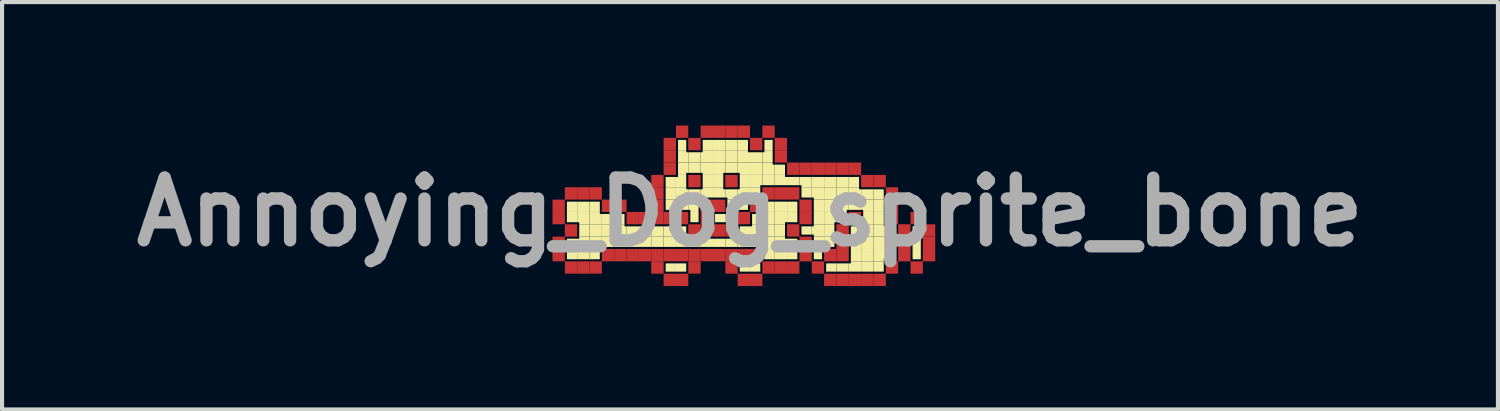
<source format=kicad_pcb>
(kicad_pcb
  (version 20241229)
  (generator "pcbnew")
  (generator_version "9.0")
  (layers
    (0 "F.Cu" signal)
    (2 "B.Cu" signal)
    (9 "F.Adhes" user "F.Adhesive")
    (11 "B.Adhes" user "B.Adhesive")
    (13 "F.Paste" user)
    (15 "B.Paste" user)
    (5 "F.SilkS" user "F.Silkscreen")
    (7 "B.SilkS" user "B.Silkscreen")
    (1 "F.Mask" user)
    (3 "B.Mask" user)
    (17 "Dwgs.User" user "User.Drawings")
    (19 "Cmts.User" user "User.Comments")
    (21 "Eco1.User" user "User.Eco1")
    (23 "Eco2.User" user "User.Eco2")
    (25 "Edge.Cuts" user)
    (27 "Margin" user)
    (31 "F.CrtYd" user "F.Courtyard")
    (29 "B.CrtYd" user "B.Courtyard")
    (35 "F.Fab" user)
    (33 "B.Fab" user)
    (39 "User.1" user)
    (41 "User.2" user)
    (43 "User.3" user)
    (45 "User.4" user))
  (footprint "Annoying_Dog_sprite_bone"
    (layer "F.Cu")
    (at 15.175 2.1)
    (property "Reference" "Annoying_Dog_sprite_bone" (at 0 0 0) (layer "F.Fab") (effects (font (size 1.524 1.524) (thickness 0.3))))
    (attr board_only exclude_from_pos_files exclude_from_bom)
    (fp_poly (pts (xy -4.8 -0.3) (xy -4.5 -0.3) (xy -4.5 0) (xy -4.8 0)) (stroke (width 0) (type solid)) (fill yes) (layer "F.Cu"))
    (fp_poly (pts (xy -4.8 0) (xy -4.5 0) (xy -4.5 0.3) (xy -4.8 0.3)) (stroke (width 0) (type solid)) (fill yes) (layer "F.Cu"))
    (fp_poly (pts (xy -4.8 0.6) (xy -4.5 0.6) (xy -4.5 0.9) (xy -4.8 0.9)) (stroke (width 0) (type solid)) (fill yes) (layer "F.Cu"))
    (fp_poly (pts (xy -4.8 0.9) (xy -4.5 0.9) (xy -4.5 1.2) (xy -4.8 1.2)) (stroke (width 0) (type solid)) (fill yes) (layer "F.Cu"))
    (fp_poly (pts (xy -4.5 -0.6) (xy -4.2 -0.6) (xy -4.2 -0.3) (xy -4.5 -0.3)) (stroke (width 0) (type solid)) (fill yes) (layer "F.Cu"))
    (fp_poly (pts (xy -4.5 0.3) (xy -4.2 0.3) (xy -4.2 0.6) (xy -4.5 0.6)) (stroke (width 0) (type solid)) (fill yes) (layer "F.Cu"))
    (fp_poly (pts (xy -4.5 1.2) (xy -4.2 1.2) (xy -4.2 1.5) (xy -4.5 1.5)) (stroke (width 0) (type solid)) (fill yes) (layer "F.Cu"))
    (fp_poly (pts (xy -4.2 -0.6) (xy -3.9 -0.6) (xy -3.9 -0.3) (xy -4.2 -0.3)) (stroke (width 0) (type solid)) (fill yes) (layer "F.Cu"))
    (fp_poly (pts (xy -4.2 1.2) (xy -3.9 1.2) (xy -3.9 1.5) (xy -4.2 1.5)) (stroke (width 0) (type solid)) (fill yes) (layer "F.Cu"))
    (fp_poly (pts (xy -3.9 -0.6) (xy -3.6 -0.6) (xy -3.6 -0.3) (xy -3.9 -0.3)) (stroke (width 0) (type solid)) (fill yes) (layer "F.Cu"))
    (fp_poly (pts (xy -3.9 1.2) (xy -3.6 1.2) (xy -3.6 1.5) (xy -3.9 1.5)) (stroke (width 0) (type solid)) (fill yes) (layer "F.Cu"))
    (fp_poly (pts (xy -3.6 -0.3) (xy -3.3 -0.3) (xy -3.3 0) (xy -3.6 0)) (stroke (width 0) (type solid)) (fill yes) (layer "F.Cu"))
    (fp_poly (pts (xy -3.6 0.9) (xy -3.3 0.9) (xy -3.3 1.2) (xy -3.6 1.2)) (stroke (width 0) (type solid)) (fill yes) (layer "F.Cu"))
    (fp_poly (pts (xy -3.3 -0.3) (xy -3 -0.3) (xy -3 0) (xy -3.3 0)) (stroke (width 0) (type solid)) (fill yes) (layer "F.Cu"))
    (fp_poly (pts (xy -3.3 0.9) (xy -3 0.9) (xy -3 1.2) (xy -3.3 1.2)) (stroke (width 0) (type solid)) (fill yes) (layer "F.Cu"))
    (fp_poly (pts (xy -3 0) (xy -2.7 0) (xy -2.7 0.3) (xy -3 0.3)) (stroke (width 0) (type solid)) (fill yes) (layer "F.Cu"))
    (fp_poly (pts (xy -3 0.9) (xy -2.7 0.9) (xy -2.7 1.2) (xy -3 1.2)) (stroke (width 0) (type solid)) (fill yes) (layer "F.Cu"))
    (fp_poly (pts (xy -2.7 0) (xy -2.4 0) (xy -2.4 0.3) (xy -2.7 0.3)) (stroke (width 0) (type solid)) (fill yes) (layer "F.Cu"))
    (fp_poly (pts (xy -2.7 0.9) (xy -2.4 0.9) (xy -2.4 1.2) (xy -2.7 1.2)) (stroke (width 0) (type solid)) (fill yes) (layer "F.Cu"))
    (fp_poly (pts (xy -2.4 -0.9) (xy -2.1 -0.9) (xy -2.1 -0.6) (xy -2.4 -0.6)) (stroke (width 0) (type solid)) (fill yes) (layer "F.Cu"))
    (fp_poly (pts (xy -2.4 -0.6) (xy -2.1 -0.6) (xy -2.1 -0.3) (xy -2.4 -0.3)) (stroke (width 0) (type solid)) (fill yes) (layer "F.Cu"))
    (fp_poly (pts (xy -2.4 -0.3) (xy -2.1 -0.3) (xy -2.1 0) (xy -2.4 0)) (stroke (width 0) (type solid)) (fill yes) (layer "F.Cu"))
    (fp_poly (pts (xy -2.4 0) (xy -2.1 0) (xy -2.1 0.3) (xy -2.4 0.3)) (stroke (width 0) (type solid)) (fill yes) (layer "F.Cu"))
    (fp_poly (pts (xy -2.4 0.9) (xy -2.1 0.9) (xy -2.1 1.2) (xy -2.4 1.2)) (stroke (width 0) (type solid)) (fill yes) (layer "F.Cu"))
    (fp_poly (pts (xy -2.4 1.2) (xy -2.1 1.2) (xy -2.1 1.5) (xy -2.4 1.5)) (stroke (width 0) (type solid)) (fill yes) (layer "F.Cu"))
    (fp_poly (pts (xy -2.1 -1.8) (xy -1.8 -1.8) (xy -1.8 -1.5) (xy -2.1 -1.5)) (stroke (width 0) (type solid)) (fill yes) (layer "F.Cu"))
    (fp_poly (pts (xy -2.1 -1.5) (xy -1.8 -1.5) (xy -1.8 -1.2) (xy -2.1 -1.2)) (stroke (width 0) (type solid)) (fill yes) (layer "F.Cu"))
    (fp_poly (pts (xy -2.1 -1.2) (xy -1.8 -1.2) (xy -1.8 -0.9) (xy -2.1 -0.9)) (stroke (width 0) (type solid)) (fill yes) (layer "F.Cu"))
    (fp_poly (pts (xy -2.1 0) (xy -1.8 0) (xy -1.8 0.3) (xy -2.1 0.3)) (stroke (width 0) (type solid)) (fill yes) (layer "F.Cu"))
    (fp_poly (pts (xy -2.1 0.9) (xy -1.8 0.9) (xy -1.8 1.2) (xy -2.1 1.2)) (stroke (width 0) (type solid)) (fill yes) (layer "F.Cu"))
    (fp_poly (pts (xy -2.1 1.5) (xy -1.8 1.5) (xy -1.8 1.8) (xy -2.1 1.8)) (stroke (width 0) (type solid)) (fill yes) (layer "F.Cu"))
    (fp_poly (pts (xy -1.8 -2.1) (xy -1.5 -2.1) (xy -1.5 -1.8) (xy -1.8 -1.8)) (stroke (width 0) (type solid)) (fill yes) (layer "F.Cu"))
    (fp_poly (pts (xy -1.8 0) (xy -1.5 0) (xy -1.5 0.3) (xy -1.8 0.3)) (stroke (width 0) (type solid)) (fill yes) (layer "F.Cu"))
    (fp_poly (pts (xy -1.8 0.9) (xy -1.5 0.9) (xy -1.5 1.2) (xy -1.8 1.2)) (stroke (width 0) (type solid)) (fill yes) (layer "F.Cu"))
    (fp_poly (pts (xy -1.8 1.5) (xy -1.5 1.5) (xy -1.5 1.8) (xy -1.8 1.8)) (stroke (width 0) (type solid)) (fill yes) (layer "F.Cu"))
    (fp_poly (pts (xy -1.5 -1.8) (xy -1.2 -1.8) (xy -1.2 -1.5) (xy -1.5 -1.5)) (stroke (width 0) (type solid)) (fill yes) (layer "F.Cu"))
    (fp_poly (pts (xy -1.5 -0.9) (xy -1.2 -0.9) (xy -1.2 -0.6) (xy -1.5 -0.6)) (stroke (width 0) (type solid)) (fill yes) (layer "F.Cu"))
    (fp_poly (pts (xy -1.5 0.3) (xy -1.2 0.3) (xy -1.2 0.6) (xy -1.5 0.6)) (stroke (width 0) (type solid)) (fill yes) (layer "F.Cu"))
    (fp_poly (pts (xy -1.5 0.9) (xy -1.2 0.9) (xy -1.2 1.2) (xy -1.5 1.2)) (stroke (width 0) (type solid)) (fill yes) (layer "F.Cu"))
    (fp_poly (pts (xy -1.5 1.2) (xy -1.2 1.2) (xy -1.2 1.5) (xy -1.5 1.5)) (stroke (width 0) (type solid)) (fill yes) (layer "F.Cu"))
    (fp_poly (pts (xy -1.2 -2.1) (xy -0.9 -2.1) (xy -0.9 -1.8) (xy -1.2 -1.8)) (stroke (width 0) (type solid)) (fill yes) (layer "F.Cu"))
    (fp_poly (pts (xy -1.2 -0.3) (xy -0.9 -0.3) (xy -0.9 0) (xy -1.2 0)) (stroke (width 0) (type solid)) (fill yes) (layer "F.Cu"))
    (fp_poly (pts (xy -1.2 0) (xy -0.9 0) (xy -0.9 0.3) (xy -1.2 0.3)) (stroke (width 0) (type solid)) (fill yes) (layer "F.Cu"))
    (fp_poly (pts (xy -1.2 0.3) (xy -0.9 0.3) (xy -0.9 0.6) (xy -1.2 0.6)) (stroke (width 0) (type solid)) (fill yes) (layer "F.Cu"))
    (fp_poly (pts (xy -1.2 0.9) (xy -0.9 0.9) (xy -0.9 1.2) (xy -1.2 1.2)) (stroke (width 0) (type solid)) (fill yes) (layer "F.Cu"))
    (fp_poly (pts (xy -0.9 -2.1) (xy -0.6 -2.1) (xy -0.6 -1.8) (xy -0.9 -1.8)) (stroke (width 0) (type solid)) (fill yes) (layer "F.Cu"))
    (fp_poly (pts (xy -0.9 -0.3) (xy -0.6 -0.3) (xy -0.6 0) (xy -0.9 0)) (stroke (width 0) (type solid)) (fill yes) (layer "F.Cu"))
    (fp_poly (pts (xy -0.9 0.3) (xy -0.6 0.3) (xy -0.6 0.6) (xy -0.9 0.6)) (stroke (width 0) (type solid)) (fill yes) (layer "F.Cu"))
    (fp_poly (pts (xy -0.9 0.9) (xy -0.6 0.9) (xy -0.6 1.2) (xy -0.9 1.2)) (stroke (width 0) (type solid)) (fill yes) (layer "F.Cu"))
    (fp_poly (pts (xy -0.6 -2.1) (xy -0.3 -2.1) (xy -0.3 -1.8) (xy -0.6 -1.8)) (stroke (width 0) (type solid)) (fill yes) (layer "F.Cu"))
    (fp_poly (pts (xy -0.6 -0.9) (xy -0.3 -0.9) (xy -0.3 -0.6) (xy -0.6 -0.6)) (stroke (width 0) (type solid)) (fill yes) (layer "F.Cu"))
    (fp_poly (pts (xy -0.6 0.3) (xy -0.3 0.3) (xy -0.3 0.6) (xy -0.6 0.6)) (stroke (width 0) (type solid)) (fill yes) (layer "F.Cu"))
    (fp_poly (pts (xy -0.6 0.9) (xy -0.3 0.9) (xy -0.3 1.2) (xy -0.6 1.2)) (stroke (width 0) (type solid)) (fill yes) (layer "F.Cu"))
    (fp_poly (pts (xy -0.6 1.2) (xy -0.3 1.2) (xy -0.3 1.5) (xy -0.6 1.5)) (stroke (width 0) (type solid)) (fill yes) (layer "F.Cu"))
    (fp_poly (pts (xy -0.3 -2.1) (xy 0 -2.1) (xy 0 -1.8) (xy -0.3 -1.8)) (stroke (width 0) (type solid)) (fill yes) (layer "F.Cu"))
    (fp_poly (pts (xy -0.3 0) (xy 0 0) (xy 0 0.3) (xy -0.3 0.3)) (stroke (width 0) (type solid)) (fill yes) (layer "F.Cu"))
    (fp_poly (pts (xy -0.3 0.9) (xy 0 0.9) (xy 0 1.2) (xy -0.3 1.2)) (stroke (width 0) (type solid)) (fill yes) (layer "F.Cu"))
    (fp_poly (pts (xy -0.3 1.5) (xy 0 1.5) (xy 0 1.8) (xy -0.3 1.8)) (stroke (width 0) (type solid)) (fill yes) (layer "F.Cu"))
    (fp_poly (pts (xy 0 -1.8) (xy 0.3 -1.8) (xy 0.3 -1.5) (xy 0 -1.5)) (stroke (width 0) (type solid)) (fill yes) (layer "F.Cu"))
    (fp_poly (pts (xy 0 -0.3) (xy 0.3 -0.3) (xy 0.3 0) (xy 0 0)) (stroke (width 0) (type solid)) (fill yes) (layer "F.Cu"))
    (fp_poly (pts (xy 0 0.9) (xy 0.3 0.9) (xy 0.3 1.2) (xy 0 1.2)) (stroke (width 0) (type solid)) (fill yes) (layer "F.Cu"))
    (fp_poly (pts (xy 0 1.5) (xy 0.3 1.5) (xy 0.3 1.8) (xy 0 1.8)) (stroke (width 0) (type solid)) (fill yes) (layer "F.Cu"))
    (fp_poly (pts (xy 0.3 -2.1) (xy 0.6 -2.1) (xy 0.6 -1.8) (xy 0.3 -1.8)) (stroke (width 0) (type solid)) (fill yes) (layer "F.Cu"))
    (fp_poly (pts (xy 0.3 -0.6) (xy 0.6 -0.6) (xy 0.6 -0.3) (xy 0.3 -0.3)) (stroke (width 0) (type solid)) (fill yes) (layer "F.Cu"))
    (fp_poly (pts (xy 0.3 1.2) (xy 0.6 1.2) (xy 0.6 1.5) (xy 0.3 1.5)) (stroke (width 0) (type solid)) (fill yes) (layer "F.Cu"))
    (fp_poly (pts (xy 0.6 -1.8) (xy 0.9 -1.8) (xy 0.9 -1.5) (xy 0.6 -1.5)) (stroke (width 0) (type solid)) (fill yes) (layer "F.Cu"))
    (fp_poly (pts (xy 0.6 -1.5) (xy 0.9 -1.5) (xy 0.9 -1.2) (xy 0.6 -1.2)) (stroke (width 0) (type solid)) (fill yes) (layer "F.Cu"))
    (fp_poly (pts (xy 0.6 -0.6) (xy 0.9 -0.6) (xy 0.9 -0.3) (xy 0.6 -0.3)) (stroke (width 0) (type solid)) (fill yes) (layer "F.Cu"))
    (fp_poly (pts (xy 0.6 1.2) (xy 0.9 1.2) (xy 0.9 1.5) (xy 0.6 1.5)) (stroke (width 0) (type solid)) (fill yes) (layer "F.Cu"))
    (fp_poly (pts (xy 0.9 -1.2) (xy 1.2 -1.2) (xy 1.2 -0.9) (xy 0.9 -0.9)) (stroke (width 0) (type solid)) (fill yes) (layer "F.Cu"))
    (fp_poly (pts (xy 0.9 -0.6) (xy 1.2 -0.6) (xy 1.2 -0.3) (xy 0.9 -0.3)) (stroke (width 0) (type solid)) (fill yes) (layer "F.Cu"))
    (fp_poly (pts (xy 0.9 0.3) (xy 1.2 0.3) (xy 1.2 0.6) (xy 0.9 0.6)) (stroke (width 0) (type solid)) (fill yes) (layer "F.Cu"))
    (fp_poly (pts (xy 0.9 1.2) (xy 1.2 1.2) (xy 1.2 1.5) (xy 0.9 1.5)) (stroke (width 0) (type solid)) (fill yes) (layer "F.Cu"))
    (fp_poly (pts (xy 1.2 -1.2) (xy 1.5 -1.2) (xy 1.5 -0.9) (xy 1.2 -0.9)) (stroke (width 0) (type solid)) (fill yes) (layer "F.Cu"))
    (fp_poly (pts (xy 1.2 -0.3) (xy 1.5 -0.3) (xy 1.5 0) (xy 1.2 0)) (stroke (width 0) (type solid)) (fill yes) (layer "F.Cu"))
    (fp_poly (pts (xy 1.2 0) (xy 1.5 0) (xy 1.5 0.3) (xy 1.2 0.3)) (stroke (width 0) (type solid)) (fill yes) (layer "F.Cu"))
    (fp_poly (pts (xy 1.2 0.6) (xy 1.5 0.6) (xy 1.5 0.9) (xy 1.2 0.9)) (stroke (width 0) (type solid)) (fill yes) (layer "F.Cu"))
    (fp_poly (pts (xy 1.2 0.9) (xy 1.5 0.9) (xy 1.5 1.2) (xy 1.2 1.2)) (stroke (width 0) (type solid)) (fill yes) (layer "F.Cu"))
    (fp_poly (pts (xy 1.5 -1.2) (xy 1.8 -1.2) (xy 1.8 -0.9) (xy 1.5 -0.9)) (stroke (width 0) (type solid)) (fill yes) (layer "F.Cu"))
    (fp_poly (pts (xy 1.5 1.2) (xy 1.8 1.2) (xy 1.8 1.5) (xy 1.5 1.5)) (stroke (width 0) (type solid)) (fill yes) (layer "F.Cu"))
    (fp_poly (pts (xy 1.8 -1.2) (xy 2.1 -1.2) (xy 2.1 -0.9) (xy 1.8 -0.9)) (stroke (width 0) (type solid)) (fill yes) (layer "F.Cu"))
    (fp_poly (pts (xy 1.8 0.9) (xy 2.1 0.9) (xy 2.1 1.2) (xy 1.8 1.2)) (stroke (width 0) (type solid)) (fill yes) (layer "F.Cu"))
    (fp_poly (pts (xy 1.8 1.5) (xy 2.1 1.5) (xy 2.1 1.8) (xy 1.8 1.8)) (stroke (width 0) (type solid)) (fill yes) (layer "F.Cu"))
    (fp_poly (pts (xy 2.1 -1.2) (xy 2.4 -1.2) (xy 2.4 -0.9) (xy 2.1 -0.9)) (stroke (width 0) (type solid)) (fill yes) (layer "F.Cu"))
    (fp_poly (pts (xy 2.1 0.3) (xy 2.4 0.3) (xy 2.4 0.6) (xy 2.1 0.6)) (stroke (width 0) (type solid)) (fill yes) (layer "F.Cu"))
    (fp_poly (pts (xy 2.1 0.6) (xy 2.4 0.6) (xy 2.4 0.9) (xy 2.1 0.9)) (stroke (width 0) (type solid)) (fill yes) (layer "F.Cu"))
    (fp_poly (pts (xy 2.1 0.9) (xy 2.4 0.9) (xy 2.4 1.2) (xy 2.1 1.2)) (stroke (width 0) (type solid)) (fill yes) (layer "F.Cu"))
    (fp_poly (pts (xy 2.1 1.5) (xy 2.4 1.5) (xy 2.4 1.8) (xy 2.1 1.8)) (stroke (width 0) (type solid)) (fill yes) (layer "F.Cu"))
    (fp_poly (pts (xy 2.4 -1.2) (xy 2.7 -1.2) (xy 2.7 -0.9) (xy 2.4 -0.9)) (stroke (width 0) (type solid)) (fill yes) (layer "F.Cu"))
    (fp_poly (pts (xy 2.4 0) (xy 2.7 0) (xy 2.7 0.3) (xy 2.4 0.3)) (stroke (width 0) (type solid)) (fill yes) (layer "F.Cu"))
    (fp_poly (pts (xy 2.4 1.5) (xy 2.7 1.5) (xy 2.7 1.8) (xy 2.4 1.8)) (stroke (width 0) (type solid)) (fill yes) (layer "F.Cu"))
    (fp_poly (pts (xy 2.7 -0.9) (xy 3 -0.9) (xy 3 -0.6) (xy 2.7 -0.6)) (stroke (width 0) (type solid)) (fill yes) (layer "F.Cu"))
    (fp_poly (pts (xy 2.7 1.5) (xy 3 1.5) (xy 3 1.8) (xy 2.7 1.8)) (stroke (width 0) (type solid)) (fill yes) (layer "F.Cu"))
    (fp_poly (pts (xy 3 -0.9) (xy 3.3 -0.9) (xy 3.3 -0.6) (xy 3 -0.6)) (stroke (width 0) (type solid)) (fill yes) (layer "F.Cu"))
    (fp_poly (pts (xy 3 1.5) (xy 3.3 1.5) (xy 3.3 1.8) (xy 3 1.8)) (stroke (width 0) (type solid)) (fill yes) (layer "F.Cu"))
    (fp_poly (pts (xy 3.3 -0.6) (xy 3.6 -0.6) (xy 3.6 -0.3) (xy 3.3 -0.3)) (stroke (width 0) (type solid)) (fill yes) (layer "F.Cu"))
    (fp_poly (pts (xy 3.3 -0.3) (xy 3.6 -0.3) (xy 3.6 0) (xy 3.3 0)) (stroke (width 0) (type solid)) (fill yes) (layer "F.Cu"))
    (fp_poly (pts (xy 3.3 0) (xy 3.6 0) (xy 3.6 0.3) (xy 3.3 0.3)) (stroke (width 0) (type solid)) (fill yes) (layer "F.Cu"))
    (fp_poly (pts (xy 3.3 1.2) (xy 3.6 1.2) (xy 3.6 1.5) (xy 3.3 1.5)) (stroke (width 0) (type solid)) (fill yes) (layer "F.Cu"))
    (fp_poly (pts (xy 3.6 0.3) (xy 3.9 0.3) (xy 3.9 0.6) (xy 3.6 0.6)) (stroke (width 0) (type solid)) (fill yes) (layer "F.Cu"))
    (fp_poly (pts (xy 3.6 0.6) (xy 3.9 0.6) (xy 3.9 0.9) (xy 3.6 0.9)) (stroke (width 0) (type solid)) (fill yes) (layer "F.Cu"))
    (fp_poly (pts (xy 3.6 0.9) (xy 3.9 0.9) (xy 3.9 1.2) (xy 3.6 1.2)) (stroke (width 0) (type solid)) (fill yes) (layer "F.Cu"))
    (fp_poly (pts (xy 3.9 0) (xy 4.2 0) (xy 4.2 0.3) (xy 3.9 0.3)) (stroke (width 0) (type solid)) (fill yes) (layer "F.Cu"))
    (fp_poly (pts (xy 3.9 1.2) (xy 4.2 1.2) (xy 4.2 1.5) (xy 3.9 1.5)) (stroke (width 0) (type solid)) (fill yes) (layer "F.Cu"))
    (fp_poly (pts (xy 4.2 0.3) (xy 4.5 0.3) (xy 4.5 0.6) (xy 4.2 0.6)) (stroke (width 0) (type solid)) (fill yes) (layer "F.Cu"))
    (fp_poly (pts (xy 4.2 0.6) (xy 4.5 0.6) (xy 4.5 0.9) (xy 4.2 0.9)) (stroke (width 0) (type solid)) (fill yes) (layer "F.Cu"))
    (fp_poly (pts (xy 4.2 0.9) (xy 4.5 0.9) (xy 4.5 1.2) (xy 4.2 1.2)) (stroke (width 0) (type solid)) (fill yes) (layer "F.Cu"))
    (fp_poly (pts (xy -4.8 -0.3) (xy -4.5 -0.3) (xy -4.5 0) (xy -4.8 0)) (stroke (width 0) (type solid)) (fill yes) (layer "F.Mask"))
    (fp_poly (pts (xy -4.8 0) (xy -4.5 0) (xy -4.5 0.3) (xy -4.8 0.3)) (stroke (width 0) (type solid)) (fill yes) (layer "F.Mask"))
    (fp_poly (pts (xy -4.8 0.6) (xy -4.5 0.6) (xy -4.5 0.9) (xy -4.8 0.9)) (stroke (width 0) (type solid)) (fill yes) (layer "F.Mask"))
    (fp_poly (pts (xy -4.8 0.9) (xy -4.5 0.9) (xy -4.5 1.2) (xy -4.8 1.2)) (stroke (width 0) (type solid)) (fill yes) (layer "F.Mask"))
    (fp_poly (pts (xy -4.5 -0.6) (xy -4.2 -0.6) (xy -4.2 -0.3) (xy -4.5 -0.3)) (stroke (width 0) (type solid)) (fill yes) (layer "F.Mask"))
    (fp_poly (pts (xy -4.5 0.3) (xy -4.2 0.3) (xy -4.2 0.6) (xy -4.5 0.6)) (stroke (width 0) (type solid)) (fill yes) (layer "F.Mask"))
    (fp_poly (pts (xy -4.5 1.2) (xy -4.2 1.2) (xy -4.2 1.5) (xy -4.5 1.5)) (stroke (width 0) (type solid)) (fill yes) (layer "F.Mask"))
    (fp_poly (pts (xy -4.2 -0.6) (xy -3.9 -0.6) (xy -3.9 -0.3) (xy -4.2 -0.3)) (stroke (width 0) (type solid)) (fill yes) (layer "F.Mask"))
    (fp_poly (pts (xy -4.2 1.2) (xy -3.9 1.2) (xy -3.9 1.5) (xy -4.2 1.5)) (stroke (width 0) (type solid)) (fill yes) (layer "F.Mask"))
    (fp_poly (pts (xy -3.9 -0.6) (xy -3.6 -0.6) (xy -3.6 -0.3) (xy -3.9 -0.3)) (stroke (width 0) (type solid)) (fill yes) (layer "F.Mask"))
    (fp_poly (pts (xy -3.9 1.2) (xy -3.6 1.2) (xy -3.6 1.5) (xy -3.9 1.5)) (stroke (width 0) (type solid)) (fill yes) (layer "F.Mask"))
    (fp_poly (pts (xy -3.6 -0.3) (xy -3.3 -0.3) (xy -3.3 0) (xy -3.6 0)) (stroke (width 0) (type solid)) (fill yes) (layer "F.Mask"))
    (fp_poly (pts (xy -3.6 0.9) (xy -3.3 0.9) (xy -3.3 1.2) (xy -3.6 1.2)) (stroke (width 0) (type solid)) (fill yes) (layer "F.Mask"))
    (fp_poly (pts (xy -3.3 -0.3) (xy -3 -0.3) (xy -3 0) (xy -3.3 0)) (stroke (width 0) (type solid)) (fill yes) (layer "F.Mask"))
    (fp_poly (pts (xy -3.3 0.9) (xy -3 0.9) (xy -3 1.2) (xy -3.3 1.2)) (stroke (width 0) (type solid)) (fill yes) (layer "F.Mask"))
    (fp_poly (pts (xy -3 0) (xy -2.7 0) (xy -2.7 0.3) (xy -3 0.3)) (stroke (width 0) (type solid)) (fill yes) (layer "F.Mask"))
    (fp_poly (pts (xy -3 0.9) (xy -2.7 0.9) (xy -2.7 1.2) (xy -3 1.2)) (stroke (width 0) (type solid)) (fill yes) (layer "F.Mask"))
    (fp_poly (pts (xy -2.7 0) (xy -2.4 0) (xy -2.4 0.3) (xy -2.7 0.3)) (stroke (width 0) (type solid)) (fill yes) (layer "F.Mask"))
    (fp_poly (pts (xy -2.7 0.9) (xy -2.4 0.9) (xy -2.4 1.2) (xy -2.7 1.2)) (stroke (width 0) (type solid)) (fill yes) (layer "F.Mask"))
    (fp_poly (pts (xy -2.4 -0.9) (xy -2.1 -0.9) (xy -2.1 -0.6) (xy -2.4 -0.6)) (stroke (width 0) (type solid)) (fill yes) (layer "F.Mask"))
    (fp_poly (pts (xy -2.4 -0.6) (xy -2.1 -0.6) (xy -2.1 -0.3) (xy -2.4 -0.3)) (stroke (width 0) (type solid)) (fill yes) (layer "F.Mask"))
    (fp_poly (pts (xy -2.4 -0.3) (xy -2.1 -0.3) (xy -2.1 0) (xy -2.4 0)) (stroke (width 0) (type solid)) (fill yes) (layer "F.Mask"))
    (fp_poly (pts (xy -2.4 0) (xy -2.1 0) (xy -2.1 0.3) (xy -2.4 0.3)) (stroke (width 0) (type solid)) (fill yes) (layer "F.Mask"))
    (fp_poly (pts (xy -2.4 0.9) (xy -2.1 0.9) (xy -2.1 1.2) (xy -2.4 1.2)) (stroke (width 0) (type solid)) (fill yes) (layer "F.Mask"))
    (fp_poly (pts (xy -2.4 1.2) (xy -2.1 1.2) (xy -2.1 1.5) (xy -2.4 1.5)) (stroke (width 0) (type solid)) (fill yes) (layer "F.Mask"))
    (fp_poly (pts (xy -2.1 -1.8) (xy -1.8 -1.8) (xy -1.8 -1.5) (xy -2.1 -1.5)) (stroke (width 0) (type solid)) (fill yes) (layer "F.Mask"))
    (fp_poly (pts (xy -2.1 -1.5) (xy -1.8 -1.5) (xy -1.8 -1.2) (xy -2.1 -1.2)) (stroke (width 0) (type solid)) (fill yes) (layer "F.Mask"))
    (fp_poly (pts (xy -2.1 -1.2) (xy -1.8 -1.2) (xy -1.8 -0.9) (xy -2.1 -0.9)) (stroke (width 0) (type solid)) (fill yes) (layer "F.Mask"))
    (fp_poly (pts (xy -2.1 0) (xy -1.8 0) (xy -1.8 0.3) (xy -2.1 0.3)) (stroke (width 0) (type solid)) (fill yes) (layer "F.Mask"))
    (fp_poly (pts (xy -2.1 0.9) (xy -1.8 0.9) (xy -1.8 1.2) (xy -2.1 1.2)) (stroke (width 0) (type solid)) (fill yes) (layer "F.Mask"))
    (fp_poly (pts (xy -2.1 1.5) (xy -1.8 1.5) (xy -1.8 1.8) (xy -2.1 1.8)) (stroke (width 0) (type solid)) (fill yes) (layer "F.Mask"))
    (fp_poly (pts (xy -1.8 -2.1) (xy -1.5 -2.1) (xy -1.5 -1.8) (xy -1.8 -1.8)) (stroke (width 0) (type solid)) (fill yes) (layer "F.Mask"))
    (fp_poly (pts (xy -1.8 0) (xy -1.5 0) (xy -1.5 0.3) (xy -1.8 0.3)) (stroke (width 0) (type solid)) (fill yes) (layer "F.Mask"))
    (fp_poly (pts (xy -1.8 0.9) (xy -1.5 0.9) (xy -1.5 1.2) (xy -1.8 1.2)) (stroke (width 0) (type solid)) (fill yes) (layer "F.Mask"))
    (fp_poly (pts (xy -1.8 1.5) (xy -1.5 1.5) (xy -1.5 1.8) (xy -1.8 1.8)) (stroke (width 0) (type solid)) (fill yes) (layer "F.Mask"))
    (fp_poly (pts (xy -1.5 -1.8) (xy -1.2 -1.8) (xy -1.2 -1.5) (xy -1.5 -1.5)) (stroke (width 0) (type solid)) (fill yes) (layer "F.Mask"))
    (fp_poly (pts (xy -1.5 -0.9) (xy -1.2 -0.9) (xy -1.2 -0.6) (xy -1.5 -0.6)) (stroke (width 0) (type solid)) (fill yes) (layer "F.Mask"))
    (fp_poly (pts (xy -1.5 0.3) (xy -1.2 0.3) (xy -1.2 0.6) (xy -1.5 0.6)) (stroke (width 0) (type solid)) (fill yes) (layer "F.Mask"))
    (fp_poly (pts (xy -1.5 0.9) (xy -1.2 0.9) (xy -1.2 1.2) (xy -1.5 1.2)) (stroke (width 0) (type solid)) (fill yes) (layer "F.Mask"))
    (fp_poly (pts (xy -1.5 1.2) (xy -1.2 1.2) (xy -1.2 1.5) (xy -1.5 1.5)) (stroke (width 0) (type solid)) (fill yes) (layer "F.Mask"))
    (fp_poly (pts (xy -1.2 -2.1) (xy -0.9 -2.1) (xy -0.9 -1.8) (xy -1.2 -1.8)) (stroke (width 0) (type solid)) (fill yes) (layer "F.Mask"))
    (fp_poly (pts (xy -1.2 -0.3) (xy -0.9 -0.3) (xy -0.9 0) (xy -1.2 0)) (stroke (width 0) (type solid)) (fill yes) (layer "F.Mask"))
    (fp_poly (pts (xy -1.2 0) (xy -0.9 0) (xy -0.9 0.3) (xy -1.2 0.3)) (stroke (width 0) (type solid)) (fill yes) (layer "F.Mask"))
    (fp_poly (pts (xy -1.2 0.3) (xy -0.9 0.3) (xy -0.9 0.6) (xy -1.2 0.6)) (stroke (width 0) (type solid)) (fill yes) (layer "F.Mask"))
    (fp_poly (pts (xy -1.2 0.9) (xy -0.9 0.9) (xy -0.9 1.2) (xy -1.2 1.2)) (stroke (width 0) (type solid)) (fill yes) (layer "F.Mask"))
    (fp_poly (pts (xy -0.9 -2.1) (xy -0.6 -2.1) (xy -0.6 -1.8) (xy -0.9 -1.8)) (stroke (width 0) (type solid)) (fill yes) (layer "F.Mask"))
    (fp_poly (pts (xy -0.9 -0.3) (xy -0.6 -0.3) (xy -0.6 0) (xy -0.9 0)) (stroke (width 0) (type solid)) (fill yes) (layer "F.Mask"))
    (fp_poly (pts (xy -0.9 0.3) (xy -0.6 0.3) (xy -0.6 0.6) (xy -0.9 0.6)) (stroke (width 0) (type solid)) (fill yes) (layer "F.Mask"))
    (fp_poly (pts (xy -0.9 0.9) (xy -0.6 0.9) (xy -0.6 1.2) (xy -0.9 1.2)) (stroke (width 0) (type solid)) (fill yes) (layer "F.Mask"))
    (fp_poly (pts (xy -0.6 -2.1) (xy -0.3 -2.1) (xy -0.3 -1.8) (xy -0.6 -1.8)) (stroke (width 0) (type solid)) (fill yes) (layer "F.Mask"))
    (fp_poly (pts (xy -0.6 -0.9) (xy -0.3 -0.9) (xy -0.3 -0.6) (xy -0.6 -0.6)) (stroke (width 0) (type solid)) (fill yes) (layer "F.Mask"))
    (fp_poly (pts (xy -0.6 0.3) (xy -0.3 0.3) (xy -0.3 0.6) (xy -0.6 0.6)) (stroke (width 0) (type solid)) (fill yes) (layer "F.Mask"))
    (fp_poly (pts (xy -0.6 0.9) (xy -0.3 0.9) (xy -0.3 1.2) (xy -0.6 1.2)) (stroke (width 0) (type solid)) (fill yes) (layer "F.Mask"))
    (fp_poly (pts (xy -0.6 1.2) (xy -0.3 1.2) (xy -0.3 1.5) (xy -0.6 1.5)) (stroke (width 0) (type solid)) (fill yes) (layer "F.Mask"))
    (fp_poly (pts (xy -0.3 -2.1) (xy 0 -2.1) (xy 0 -1.8) (xy -0.3 -1.8)) (stroke (width 0) (type solid)) (fill yes) (layer "F.Mask"))
    (fp_poly (pts (xy -0.3 0) (xy 0 0) (xy 0 0.3) (xy -0.3 0.3)) (stroke (width 0) (type solid)) (fill yes) (layer "F.Mask"))
    (fp_poly (pts (xy -0.3 0.9) (xy 0 0.9) (xy 0 1.2) (xy -0.3 1.2)) (stroke (width 0) (type solid)) (fill yes) (layer "F.Mask"))
    (fp_poly (pts (xy -0.3 1.5) (xy 0 1.5) (xy 0 1.8) (xy -0.3 1.8)) (stroke (width 0) (type solid)) (fill yes) (layer "F.Mask"))
    (fp_poly (pts (xy 0 -1.8) (xy 0.3 -1.8) (xy 0.3 -1.5) (xy 0 -1.5)) (stroke (width 0) (type solid)) (fill yes) (layer "F.Mask"))
    (fp_poly (pts (xy 0 -0.3) (xy 0.3 -0.3) (xy 0.3 0) (xy 0 0)) (stroke (width 0) (type solid)) (fill yes) (layer "F.Mask"))
    (fp_poly (pts (xy 0 0.9) (xy 0.3 0.9) (xy 0.3 1.2) (xy 0 1.2)) (stroke (width 0) (type solid)) (fill yes) (layer "F.Mask"))
    (fp_poly (pts (xy 0 1.5) (xy 0.3 1.5) (xy 0.3 1.8) (xy 0 1.8)) (stroke (width 0) (type solid)) (fill yes) (layer "F.Mask"))
    (fp_poly (pts (xy 0.3 -2.1) (xy 0.6 -2.1) (xy 0.6 -1.8) (xy 0.3 -1.8)) (stroke (width 0) (type solid)) (fill yes) (layer "F.Mask"))
    (fp_poly (pts (xy 0.3 -0.6) (xy 0.6 -0.6) (xy 0.6 -0.3) (xy 0.3 -0.3)) (stroke (width 0) (type solid)) (fill yes) (layer "F.Mask"))
    (fp_poly (pts (xy 0.3 1.2) (xy 0.6 1.2) (xy 0.6 1.5) (xy 0.3 1.5)) (stroke (width 0) (type solid)) (fill yes) (layer "F.Mask"))
    (fp_poly (pts (xy 0.6 -1.8) (xy 0.9 -1.8) (xy 0.9 -1.5) (xy 0.6 -1.5)) (stroke (width 0) (type solid)) (fill yes) (layer "F.Mask"))
    (fp_poly (pts (xy 0.6 -1.5) (xy 0.9 -1.5) (xy 0.9 -1.2) (xy 0.6 -1.2)) (stroke (width 0) (type solid)) (fill yes) (layer "F.Mask"))
    (fp_poly (pts (xy 0.6 -0.6) (xy 0.9 -0.6) (xy 0.9 -0.3) (xy 0.6 -0.3)) (stroke (width 0) (type solid)) (fill yes) (layer "F.Mask"))
    (fp_poly (pts (xy 0.6 1.2) (xy 0.9 1.2) (xy 0.9 1.5) (xy 0.6 1.5)) (stroke (width 0) (type solid)) (fill yes) (layer "F.Mask"))
    (fp_poly (pts (xy 0.9 -1.2) (xy 1.2 -1.2) (xy 1.2 -0.9) (xy 0.9 -0.9)) (stroke (width 0) (type solid)) (fill yes) (layer "F.Mask"))
    (fp_poly (pts (xy 0.9 -0.6) (xy 1.2 -0.6) (xy 1.2 -0.3) (xy 0.9 -0.3)) (stroke (width 0) (type solid)) (fill yes) (layer "F.Mask"))
    (fp_poly (pts (xy 0.9 0.3) (xy 1.2 0.3) (xy 1.2 0.6) (xy 0.9 0.6)) (stroke (width 0) (type solid)) (fill yes) (layer "F.Mask"))
    (fp_poly (pts (xy 0.9 1.2) (xy 1.2 1.2) (xy 1.2 1.5) (xy 0.9 1.5)) (stroke (width 0) (type solid)) (fill yes) (layer "F.Mask"))
    (fp_poly (pts (xy 1.2 -1.2) (xy 1.5 -1.2) (xy 1.5 -0.9) (xy 1.2 -0.9)) (stroke (width 0) (type solid)) (fill yes) (layer "F.Mask"))
    (fp_poly (pts (xy 1.2 -0.3) (xy 1.5 -0.3) (xy 1.5 0) (xy 1.2 0)) (stroke (width 0) (type solid)) (fill yes) (layer "F.Mask"))
    (fp_poly (pts (xy 1.2 0) (xy 1.5 0) (xy 1.5 0.3) (xy 1.2 0.3)) (stroke (width 0) (type solid)) (fill yes) (layer "F.Mask"))
    (fp_poly (pts (xy 1.2 0.6) (xy 1.5 0.6) (xy 1.5 0.9) (xy 1.2 0.9)) (stroke (width 0) (type solid)) (fill yes) (layer "F.Mask"))
    (fp_poly (pts (xy 1.2 0.9) (xy 1.5 0.9) (xy 1.5 1.2) (xy 1.2 1.2)) (stroke (width 0) (type solid)) (fill yes) (layer "F.Mask"))
    (fp_poly (pts (xy 1.5 -1.2) (xy 1.8 -1.2) (xy 1.8 -0.9) (xy 1.5 -0.9)) (stroke (width 0) (type solid)) (fill yes) (layer "F.Mask"))
    (fp_poly (pts (xy 1.5 1.2) (xy 1.8 1.2) (xy 1.8 1.5) (xy 1.5 1.5)) (stroke (width 0) (type solid)) (fill yes) (layer "F.Mask"))
    (fp_poly (pts (xy 1.8 -1.2) (xy 2.1 -1.2) (xy 2.1 -0.9) (xy 1.8 -0.9)) (stroke (width 0) (type solid)) (fill yes) (layer "F.Mask"))
    (fp_poly (pts (xy 1.8 0.9) (xy 2.1 0.9) (xy 2.1 1.2) (xy 1.8 1.2)) (stroke (width 0) (type solid)) (fill yes) (layer "F.Mask"))
    (fp_poly (pts (xy 1.8 1.5) (xy 2.1 1.5) (xy 2.1 1.8) (xy 1.8 1.8)) (stroke (width 0) (type solid)) (fill yes) (layer "F.Mask"))
    (fp_poly (pts (xy 2.1 -1.2) (xy 2.4 -1.2) (xy 2.4 -0.9) (xy 2.1 -0.9)) (stroke (width 0) (type solid)) (fill yes) (layer "F.Mask"))
    (fp_poly (pts (xy 2.1 0.3) (xy 2.4 0.3) (xy 2.4 0.6) (xy 2.1 0.6)) (stroke (width 0) (type solid)) (fill yes) (layer "F.Mask"))
    (fp_poly (pts (xy 2.1 0.6) (xy 2.4 0.6) (xy 2.4 0.9) (xy 2.1 0.9)) (stroke (width 0) (type solid)) (fill yes) (layer "F.Mask"))
    (fp_poly (pts (xy 2.1 0.9) (xy 2.4 0.9) (xy 2.4 1.2) (xy 2.1 1.2)) (stroke (width 0) (type solid)) (fill yes) (layer "F.Mask"))
    (fp_poly (pts (xy 2.1 1.5) (xy 2.4 1.5) (xy 2.4 1.8) (xy 2.1 1.8)) (stroke (width 0) (type solid)) (fill yes) (layer "F.Mask"))
    (fp_poly (pts (xy 2.4 -1.2) (xy 2.7 -1.2) (xy 2.7 -0.9) (xy 2.4 -0.9)) (stroke (width 0) (type solid)) (fill yes) (layer "F.Mask"))
    (fp_poly (pts (xy 2.4 0) (xy 2.7 0) (xy 2.7 0.3) (xy 2.4 0.3)) (stroke (width 0) (type solid)) (fill yes) (layer "F.Mask"))
    (fp_poly (pts (xy 2.4 1.5) (xy 2.7 1.5) (xy 2.7 1.8) (xy 2.4 1.8)) (stroke (width 0) (type solid)) (fill yes) (layer "F.Mask"))
    (fp_poly (pts (xy 2.7 -0.9) (xy 3 -0.9) (xy 3 -0.6) (xy 2.7 -0.6)) (stroke (width 0) (type solid)) (fill yes) (layer "F.Mask"))
    (fp_poly (pts (xy 2.7 1.5) (xy 3 1.5) (xy 3 1.8) (xy 2.7 1.8)) (stroke (width 0) (type solid)) (fill yes) (layer "F.Mask"))
    (fp_poly (pts (xy 3 -0.9) (xy 3.3 -0.9) (xy 3.3 -0.6) (xy 3 -0.6)) (stroke (width 0) (type solid)) (fill yes) (layer "F.Mask"))
    (fp_poly (pts (xy 3 1.5) (xy 3.3 1.5) (xy 3.3 1.8) (xy 3 1.8)) (stroke (width 0) (type solid)) (fill yes) (layer "F.Mask"))
    (fp_poly (pts (xy 3.3 -0.6) (xy 3.6 -0.6) (xy 3.6 -0.3) (xy 3.3 -0.3)) (stroke (width 0) (type solid)) (fill yes) (layer "F.Mask"))
    (fp_poly (pts (xy 3.3 -0.3) (xy 3.6 -0.3) (xy 3.6 0) (xy 3.3 0)) (stroke (width 0) (type solid)) (fill yes) (layer "F.Mask"))
    (fp_poly (pts (xy 3.3 0) (xy 3.6 0) (xy 3.6 0.3) (xy 3.3 0.3)) (stroke (width 0) (type solid)) (fill yes) (layer "F.Mask"))
    (fp_poly (pts (xy 3.3 1.2) (xy 3.6 1.2) (xy 3.6 1.5) (xy 3.3 1.5)) (stroke (width 0) (type solid)) (fill yes) (layer "F.Mask"))
    (fp_poly (pts (xy 3.6 0.3) (xy 3.9 0.3) (xy 3.9 0.6) (xy 3.6 0.6)) (stroke (width 0) (type solid)) (fill yes) (layer "F.Mask"))
    (fp_poly (pts (xy 3.6 0.6) (xy 3.9 0.6) (xy 3.9 0.9) (xy 3.6 0.9)) (stroke (width 0) (type solid)) (fill yes) (layer "F.Mask"))
    (fp_poly (pts (xy 3.6 0.9) (xy 3.9 0.9) (xy 3.9 1.2) (xy 3.6 1.2)) (stroke (width 0) (type solid)) (fill yes) (layer "F.Mask"))
    (fp_poly (pts (xy 3.9 0) (xy 4.2 0) (xy 4.2 0.3) (xy 3.9 0.3)) (stroke (width 0) (type solid)) (fill yes) (layer "F.Mask"))
    (fp_poly (pts (xy 3.9 1.2) (xy 4.2 1.2) (xy 4.2 1.5) (xy 3.9 1.5)) (stroke (width 0) (type solid)) (fill yes) (layer "F.Mask"))
    (fp_poly (pts (xy 4.2 0.3) (xy 4.5 0.3) (xy 4.5 0.6) (xy 4.2 0.6)) (stroke (width 0) (type solid)) (fill yes) (layer "F.Mask"))
    (fp_poly (pts (xy 4.2 0.6) (xy 4.5 0.6) (xy 4.5 0.9) (xy 4.2 0.9)) (stroke (width 0) (type solid)) (fill yes) (layer "F.Mask"))
    (fp_poly (pts (xy 4.2 0.9) (xy 4.5 0.9) (xy 4.5 1.2) (xy 4.2 1.2)) (stroke (width 0) (type solid)) (fill yes) (layer "F.Mask"))
    (fp_poly (pts (xy -4.45 -0.25) (xy -4.2 -0.25) (xy -4.2 0) (xy -4.45 0)) (stroke (width 0) (type solid)) (fill yes) (layer "F.SilkS"))
    (fp_poly (pts (xy -4.45 0) (xy -4.2 0) (xy -4.2 0.25) (xy -4.45 0.25)) (stroke (width 0) (type solid)) (fill yes) (layer "F.SilkS"))
    (fp_poly (pts (xy -4.45 0.65) (xy -4.2 0.65) (xy -4.2 0.9) (xy -4.45 0.9)) (stroke (width 0) (type solid)) (fill yes) (layer "F.SilkS"))
    (fp_poly (pts (xy -4.45 0.9) (xy -4.2 0.9) (xy -4.2 1.15) (xy -4.45 1.15)) (stroke (width 0) (type solid)) (fill yes) (layer "F.SilkS"))
    (fp_poly (pts (xy -4.2 -0.25) (xy -3.9 -0.25) (xy -3.9 0) (xy -4.2 0)) (stroke (width 0) (type solid)) (fill yes) (layer "F.SilkS"))
    (fp_poly (pts (xy -4.2 0.9) (xy -3.9 0.9) (xy -3.9 1.15) (xy -4.2 1.15)) (stroke (width 0) (type solid)) (fill yes) (layer "F.SilkS"))
    (fp_poly (pts (xy -4.15 0.3) (xy -3.9 0.3) (xy -3.9 0.6) (xy -4.15 0.6)) (stroke (width 0) (type solid)) (fill yes) (layer "F.SilkS"))
    (fp_poly (pts (xy -3.9 -0.25) (xy -3.65 -0.25) (xy -3.65 0) (xy -3.9 0)) (stroke (width 0) (type solid)) (fill yes) (layer "F.SilkS"))
    (fp_poly (pts (xy -3.9 0.3) (xy -3.6 0.3) (xy -3.6 0.6) (xy -3.9 0.6)) (stroke (width 0) (type solid)) (fill yes) (layer "F.SilkS"))
    (fp_poly (pts (xy -3.9 0.9) (xy -3.65 0.9) (xy -3.65 1.15) (xy -3.9 1.15)) (stroke (width 0) (type solid)) (fill yes) (layer "F.SilkS"))
    (fp_poly (pts (xy -3.6 0.05) (xy -3.3 0.05) (xy -3.3 0.3) (xy -3.6 0.3)) (stroke (width 0) (type solid)) (fill yes) (layer "F.SilkS"))
    (fp_poly (pts (xy -3.6 0.3) (xy -3.3 0.3) (xy -3.3 0.6) (xy -3.6 0.6)) (stroke (width 0) (type solid)) (fill yes) (layer "F.SilkS"))
    (fp_poly (pts (xy -3.6 0.6) (xy -3.3 0.6) (xy -3.3 0.85) (xy -3.6 0.85)) (stroke (width 0) (type solid)) (fill yes) (layer "F.SilkS"))
    (fp_poly (pts (xy -3.3 0.05) (xy -3.05 0.05) (xy -3.05 0.3) (xy -3.3 0.3)) (stroke (width 0) (type solid)) (fill yes) (layer "F.SilkS"))
    (fp_poly (pts (xy -3.3 0.6) (xy -3 0.6) (xy -3 0.85) (xy -3.3 0.85)) (stroke (width 0) (type solid)) (fill yes) (layer "F.SilkS"))
    (fp_poly (pts (xy -3 0.35) (xy -2.7 0.35) (xy -2.7 0.6) (xy -3 0.6)) (stroke (width 0) (type solid)) (fill yes) (layer "F.SilkS"))
    (fp_poly (pts (xy -3 0.6) (xy -2.7 0.6) (xy -2.7 0.85) (xy -3 0.85)) (stroke (width 0) (type solid)) (fill yes) (layer "F.SilkS"))
    (fp_poly (pts (xy -2.7 0.35) (xy -2.4 0.35) (xy -2.4 0.6) (xy -2.7 0.6)) (stroke (width 0) (type solid)) (fill yes) (layer "F.SilkS"))
    (fp_poly (pts (xy -2.7 0.6) (xy -2.4 0.6) (xy -2.4 0.85) (xy -2.7 0.85)) (stroke (width 0) (type solid)) (fill yes) (layer "F.SilkS"))
    (fp_poly (pts (xy -2.4 0.35) (xy -2.1 0.35) (xy -2.1 0.6) (xy -2.4 0.6)) (stroke (width 0) (type solid)) (fill yes) (layer "F.SilkS"))
    (fp_poly (pts (xy -2.4 0.6) (xy -2.1 0.6) (xy -2.1 0.85) (xy -2.4 0.85)) (stroke (width 0) (type solid)) (fill yes) (layer "F.SilkS"))
    (fp_poly (pts (xy -2.1 0.35) (xy -1.8 0.35) (xy -1.8 0.6) (xy -2.1 0.6)) (stroke (width 0) (type solid)) (fill yes) (layer "F.SilkS"))
    (fp_poly (pts (xy -2.1 0.6) (xy -1.8 0.6) (xy -1.8 0.85) (xy -2.1 0.85)) (stroke (width 0) (type solid)) (fill yes) (layer "F.SilkS"))
    (fp_poly (pts (xy -2.05 -0.85) (xy -1.8 -0.85) (xy -1.8 -0.6) (xy -2.05 -0.6)) (stroke (width 0) (type solid)) (fill yes) (layer "F.SilkS"))
    (fp_poly (pts (xy -2.05 -0.6) (xy -1.8 -0.6) (xy -1.8 -0.3) (xy -2.05 -0.3)) (stroke (width 0) (type solid)) (fill yes) (layer "F.SilkS"))
    (fp_poly (pts (xy -2.05 -0.3) (xy -1.8 -0.3) (xy -1.8 -0.05) (xy -2.05 -0.05)) (stroke (width 0) (type solid)) (fill yes) (layer "F.SilkS"))
    (fp_poly (pts (xy -2.05 1.25) (xy -1.8 1.25) (xy -1.8 1.45) (xy -2.05 1.45)) (stroke (width 0) (type solid)) (fill yes) (layer "F.SilkS"))
    (fp_poly (pts (xy -1.8 -0.3) (xy -1.5 -0.3) (xy -1.5 -0.05) (xy -1.8 -0.05)) (stroke (width 0) (type solid)) (fill yes) (layer "F.SilkS"))
    (fp_poly (pts (xy -1.8 0.35) (xy -1.55 0.35) (xy -1.55 0.6) (xy -1.8 0.6)) (stroke (width 0) (type solid)) (fill yes) (layer "F.SilkS"))
    (fp_poly (pts (xy -1.8 1.25) (xy -1.55 1.25) (xy -1.55 1.45) (xy -1.8 1.45)) (stroke (width 0) (type solid)) (fill yes) (layer "F.SilkS"))
    (fp_poly (pts (xy -1.75 -1.75) (xy -1.55 -1.75) (xy -1.55 -1.5) (xy -1.75 -1.5)) (stroke (width 0) (type solid)) (fill yes) (layer "F.SilkS"))
    (fp_poly (pts (xy -1.5 -1.45) (xy -1.2 -1.45) (xy -1.2 -1.2) (xy -1.5 -1.2)) (stroke (width 0) (type solid)) (fill yes) (layer "F.SilkS"))
    (fp_poly (pts (xy -1.5 -1.2) (xy -1.2 -1.2) (xy -1.2 -0.95) (xy -1.5 -0.95)) (stroke (width 0) (type solid)) (fill yes) (layer "F.SilkS"))
    (fp_poly (pts (xy -1.5 0.65) (xy -1.2 0.65) (xy -1.2 0.85) (xy -1.5 0.85)) (stroke (width 0) (type solid)) (fill yes) (layer "F.SilkS"))
    (fp_poly (pts (xy -1.45 0) (xy -1.25 0) (xy -1.25 0.25) (xy -1.45 0.25)) (stroke (width 0) (type solid)) (fill yes) (layer "F.SilkS"))
    (fp_poly (pts (xy -1.2 0.65) (xy -0.9 0.65) (xy -0.9 0.85) (xy -1.2 0.85)) (stroke (width 0) (type solid)) (fill yes) (layer "F.SilkS"))
    (fp_poly (pts (xy -1.15 -1.75) (xy -0.9 -1.75) (xy -0.9 -1.5) (xy -1.15 -1.5)) (stroke (width 0) (type solid)) (fill yes) (layer "F.SilkS"))
    (fp_poly (pts (xy -1.15 -0.9) (xy -0.9 -0.9) (xy -0.9 -0.6) (xy -1.15 -0.6)) (stroke (width 0) (type solid)) (fill yes) (layer "F.SilkS"))
    (fp_poly (pts (xy -0.9 -1.75) (xy -0.6 -1.75) (xy -0.6 -1.5) (xy -0.9 -1.5)) (stroke (width 0) (type solid)) (fill yes) (layer "F.SilkS"))
    (fp_poly (pts (xy -0.9 -1.5) (xy -0.6 -1.5) (xy -0.6 -1.2) (xy -0.9 -1.2)) (stroke (width 0) (type solid)) (fill yes) (layer "F.SilkS"))
    (fp_poly (pts (xy -0.9 -0.9) (xy -0.65 -0.9) (xy -0.65 -0.6) (xy -0.9 -0.6)) (stroke (width 0) (type solid)) (fill yes) (layer "F.SilkS"))
    (fp_poly (pts (xy -0.9 0.65) (xy -0.6 0.65) (xy -0.6 0.85) (xy -0.9 0.85)) (stroke (width 0) (type solid)) (fill yes) (layer "F.SilkS"))
    (fp_poly (pts (xy -0.85 0.05) (xy -0.6 0.05) (xy -0.6 0.25) (xy -0.85 0.25)) (stroke (width 0) (type solid)) (fill yes) (layer "F.SilkS"))
    (fp_poly (pts (xy -0.6 -1.75) (xy -0.3 -1.75) (xy -0.3 -1.5) (xy -0.6 -1.5)) (stroke (width 0) (type solid)) (fill yes) (layer "F.SilkS"))
    (fp_poly (pts (xy -0.6 -1.5) (xy -0.3 -1.5) (xy -0.3 -1.2) (xy -0.6 -1.2)) (stroke (width 0) (type solid)) (fill yes) (layer "F.SilkS"))
    (fp_poly (pts (xy -0.6 -1.2) (xy -0.3 -1.2) (xy -0.3 -0.95) (xy -0.6 -0.95)) (stroke (width 0) (type solid)) (fill yes) (layer "F.SilkS"))
    (fp_poly (pts (xy -0.6 0.65) (xy -0.3 0.65) (xy -0.3 0.85) (xy -0.6 0.85)) (stroke (width 0) (type solid)) (fill yes) (layer "F.SilkS"))
    (fp_poly (pts (xy -0.3 -1.75) (xy -0.05 -1.75) (xy -0.05 -1.5) (xy -0.3 -1.5)) (stroke (width 0) (type solid)) (fill yes) (layer "F.SilkS"))
    (fp_poly (pts (xy -0.3 -0.3) (xy -0.05 -0.3) (xy -0.05 -0.05) (xy -0.3 -0.05)) (stroke (width 0) (type solid)) (fill yes) (layer "F.SilkS"))
    (fp_poly (pts (xy -0.25 -0.9) (xy 0 -0.9) (xy 0 -0.6) (xy -0.25 -0.6)) (stroke (width 0) (type solid)) (fill yes) (layer "F.SilkS"))
    (fp_poly (pts (xy -0.25 0.35) (xy 0 0.35) (xy 0 0.6) (xy -0.25 0.6)) (stroke (width 0) (type solid)) (fill yes) (layer "F.SilkS"))
    (fp_poly (pts (xy -0.25 1.25) (xy 0 1.25) (xy 0 1.45) (xy -0.25 1.45)) (stroke (width 0) (type solid)) (fill yes) (layer "F.SilkS"))
    (fp_poly (pts (xy 0 -1.45) (xy 0.3 -1.45) (xy 0.3 -1.2) (xy 0 -1.2)) (stroke (width 0) (type solid)) (fill yes) (layer "F.SilkS"))
    (fp_poly (pts (xy 0 -1.2) (xy 0.3 -1.2) (xy 0.3 -0.9) (xy 0 -0.9)) (stroke (width 0) (type solid)) (fill yes) (layer "F.SilkS"))
    (fp_poly (pts (xy 0 -0.6) (xy 0.25 -0.6) (xy 0.25 -0.35) (xy 0 -0.35)) (stroke (width 0) (type solid)) (fill yes) (layer "F.SilkS"))
    (fp_poly (pts (xy 0 0.6) (xy 0.3 0.6) (xy 0.3 0.85) (xy 0 0.85)) (stroke (width 0) (type solid)) (fill yes) (layer "F.SilkS"))
    (fp_poly (pts (xy 0 1.25) (xy 0.25 1.25) (xy 0.25 1.45) (xy 0 1.45)) (stroke (width 0) (type solid)) (fill yes) (layer "F.SilkS"))
    (fp_poly (pts (xy 0.05 0.05) (xy 0.3 0.05) (xy 0.3 0.3) (xy 0.05 0.3)) (stroke (width 0) (type solid)) (fill yes) (layer "F.SilkS"))
    (fp_poly (pts (xy 0.3 -0.9) (xy 0.6 -0.9) (xy 0.6 -0.65) (xy 0.3 -0.65)) (stroke (width 0) (type solid)) (fill yes) (layer "F.SilkS"))
    (fp_poly (pts (xy 0.3 0.3) (xy 0.6 0.3) (xy 0.6 0.6) (xy 0.3 0.6)) (stroke (width 0) (type solid)) (fill yes) (layer "F.SilkS"))
    (fp_poly (pts (xy 0.35 -1.75) (xy 0.55 -1.75) (xy 0.55 -1.5) (xy 0.35 -1.5)) (stroke (width 0) (type solid)) (fill yes) (layer "F.SilkS"))
    (fp_poly (pts (xy 0.35 -0.25) (xy 0.6 -0.25) (xy 0.6 0) (xy 0.35 0)) (stroke (width 0) (type solid)) (fill yes) (layer "F.SilkS"))
    (fp_poly (pts (xy 0.35 0.9) (xy 0.6 0.9) (xy 0.6 1.15) (xy 0.35 1.15)) (stroke (width 0) (type solid)) (fill yes) (layer "F.SilkS"))
    (fp_poly (pts (xy 0.6 -1.15) (xy 0.85 -1.15) (xy 0.85 -0.9) (xy 0.6 -0.9)) (stroke (width 0) (type solid)) (fill yes) (layer "F.SilkS"))
    (fp_poly (pts (xy 0.6 -0.25) (xy 0.9 -0.25) (xy 0.9 0) (xy 0.6 0)) (stroke (width 0) (type solid)) (fill yes) (layer "F.SilkS"))
    (fp_poly (pts (xy 0.6 0.3) (xy 0.85 0.3) (xy 0.85 0.6) (xy 0.6 0.6)) (stroke (width 0) (type solid)) (fill yes) (layer "F.SilkS"))
    (fp_poly (pts (xy 0.6 0.9) (xy 0.9 0.9) (xy 0.9 1.15) (xy 0.6 1.15)) (stroke (width 0) (type solid)) (fill yes) (layer "F.SilkS"))
    (fp_poly (pts (xy 0.9 -0.85) (xy 1.2 -0.85) (xy 1.2 -0.65) (xy 0.9 -0.65)) (stroke (width 0) (type solid)) (fill yes) (layer "F.SilkS"))
    (fp_poly (pts (xy 0.9 -0.25) (xy 1.15 -0.25) (xy 1.15 0) (xy 0.9 0)) (stroke (width 0) (type solid)) (fill yes) (layer "F.SilkS"))
    (fp_poly (pts (xy 0.9 0) (xy 1.15 0) (xy 1.15 0.25) (xy 0.9 0.25)) (stroke (width 0) (type solid)) (fill yes) (layer "F.SilkS"))
    (fp_poly (pts (xy 0.9 0.65) (xy 1.15 0.65) (xy 1.15 0.9) (xy 0.9 0.9)) (stroke (width 0) (type solid)) (fill yes) (layer "F.SilkS"))
    (fp_poly (pts (xy 0.9 0.9) (xy 1.15 0.9) (xy 1.15 1.15) (xy 0.9 1.15)) (stroke (width 0) (type solid)) (fill yes) (layer "F.SilkS"))
    (fp_poly (pts (xy 1.25 -0.6) (xy 1.5 -0.6) (xy 1.5 -0.35) (xy 1.25 -0.35)) (stroke (width 0) (type solid)) (fill yes) (layer "F.SilkS"))
    (fp_poly (pts (xy 1.25 0.35) (xy 1.5 0.35) (xy 1.5 0.55) (xy 1.25 0.55)) (stroke (width 0) (type solid)) (fill yes) (layer "F.SilkS"))
    (fp_poly (pts (xy 1.5 -0.85) (xy 1.8 -0.85) (xy 1.8 -0.6) (xy 1.5 -0.6)) (stroke (width 0) (type solid)) (fill yes) (layer "F.SilkS"))
    (fp_poly (pts (xy 1.55 -0.3) (xy 1.8 -0.3) (xy 1.8 0) (xy 1.55 0)) (stroke (width 0) (type solid)) (fill yes) (layer "F.SilkS"))
    (fp_poly (pts (xy 1.55 0) (xy 1.8 0) (xy 1.8 0.3) (xy 1.55 0.3)) (stroke (width 0) (type solid)) (fill yes) (layer "F.SilkS"))
    (fp_poly (pts (xy 1.55 0.9) (xy 1.75 0.9) (xy 1.75 1.15) (xy 1.55 1.15)) (stroke (width 0) (type solid)) (fill yes) (layer "F.SilkS"))
    (fp_poly (pts (xy 1.8 -0.85) (xy 2.1 -0.85) (xy 2.1 -0.6) (xy 1.8 -0.6)) (stroke (width 0) (type solid)) (fill yes) (layer "F.SilkS"))
    (fp_poly (pts (xy 1.8 -0.6) (xy 2.1 -0.6) (xy 2.1 -0.3) (xy 1.8 -0.3)) (stroke (width 0) (type solid)) (fill yes) (layer "F.SilkS"))
    (fp_poly (pts (xy 1.8 -0.3) (xy 2.1 -0.3) (xy 2.1 0) (xy 1.8 0)) (stroke (width 0) (type solid)) (fill yes) (layer "F.SilkS"))
    (fp_poly (pts (xy 1.8 0.3) (xy 2.05 0.3) (xy 2.05 0.6) (xy 1.8 0.6)) (stroke (width 0) (type solid)) (fill yes) (layer "F.SilkS"))
    (fp_poly (pts (xy 1.8 0.6) (xy 2.05 0.6) (xy 2.05 0.85) (xy 1.8 0.85)) (stroke (width 0) (type solid)) (fill yes) (layer "F.SilkS"))
    (fp_poly (pts (xy 1.85 1.25) (xy 2.1 1.25) (xy 2.1 1.45) (xy 1.85 1.45)) (stroke (width 0) (type solid)) (fill yes) (layer "F.SilkS"))
    (fp_poly (pts (xy 2.1 -0.85) (xy 2.4 -0.85) (xy 2.4 -0.6) (xy 2.1 -0.6)) (stroke (width 0) (type solid)) (fill yes) (layer "F.SilkS"))
    (fp_poly (pts (xy 2.1 -0.6) (xy 2.4 -0.6) (xy 2.4 -0.3) (xy 2.1 -0.3)) (stroke (width 0) (type solid)) (fill yes) (layer "F.SilkS"))
    (fp_poly (pts (xy 2.1 0) (xy 2.35 0) (xy 2.35 0.25) (xy 2.1 0.25)) (stroke (width 0) (type solid)) (fill yes) (layer "F.SilkS"))
    (fp_poly (pts (xy 2.1 1.25) (xy 2.4 1.25) (xy 2.4 1.45) (xy 2.1 1.45)) (stroke (width 0) (type solid)) (fill yes) (layer "F.SilkS"))
    (fp_poly (pts (xy 2.4 -0.85) (xy 2.65 -0.85) (xy 2.65 -0.6) (xy 2.4 -0.6)) (stroke (width 0) (type solid)) (fill yes) (layer "F.SilkS"))
    (fp_poly (pts (xy 2.4 -0.3) (xy 2.7 -0.3) (xy 2.7 -0.05) (xy 2.4 -0.05)) (stroke (width 0) (type solid)) (fill yes) (layer "F.SilkS"))
    (fp_poly (pts (xy 2.45 0.35) (xy 2.7 0.35) (xy 2.7 0.6) (xy 2.45 0.6)) (stroke (width 0) (type solid)) (fill yes) (layer "F.SilkS"))
    (fp_poly (pts (xy 2.45 0.6) (xy 2.7 0.6) (xy 2.7 0.9) (xy 2.45 0.9)) (stroke (width 0) (type solid)) (fill yes) (layer "F.SilkS"))
    (fp_poly (pts (xy 2.45 0.9) (xy 2.7 0.9) (xy 2.7 1.2) (xy 2.45 1.2)) (stroke (width 0) (type solid)) (fill yes) (layer "F.SilkS"))
    (fp_poly (pts (xy 2.7 -0.55) (xy 3 -0.55) (xy 3 -0.3) (xy 2.7 -0.3)) (stroke (width 0) (type solid)) (fill yes) (layer "F.SilkS"))
    (fp_poly (pts (xy 2.7 0.6) (xy 3 0.6) (xy 3 0.9) (xy 2.7 0.9)) (stroke (width 0) (type solid)) (fill yes) (layer "F.SilkS"))
    (fp_poly (pts (xy 2.7 0.9) (xy 3 0.9) (xy 3 1.2) (xy 2.7 1.2)) (stroke (width 0) (type solid)) (fill yes) (layer "F.SilkS"))
    (fp_poly (pts (xy 2.7 1.2) (xy 3 1.2) (xy 3 1.45) (xy 2.7 1.45)) (stroke (width 0) (type solid)) (fill yes) (layer "F.SilkS"))
    (fp_poly (pts (xy 2.75 0) (xy 3 0) (xy 3 0.3) (xy 2.75 0.3)) (stroke (width 0) (type solid)) (fill yes) (layer "F.SilkS"))
    (fp_poly (pts (xy 3 -0.55) (xy 3.25 -0.55) (xy 3.25 -0.3) (xy 3 -0.3)) (stroke (width 0) (type solid)) (fill yes) (layer "F.SilkS"))
    (fp_poly (pts (xy 3 -0.3) (xy 3.25 -0.3) (xy 3.25 0) (xy 3 0)) (stroke (width 0) (type solid)) (fill yes) (layer "F.SilkS"))
    (fp_poly (pts (xy 3 0) (xy 3.25 0) (xy 3.25 0.3) (xy 3 0.3)) (stroke (width 0) (type solid)) (fill yes) (layer "F.SilkS"))
    (fp_poly (pts (xy 3 0.6) (xy 3.3 0.6) (xy 3.3 0.9) (xy 3 0.9)) (stroke (width 0) (type solid)) (fill yes) (layer "F.SilkS"))
    (fp_poly (pts (xy 3 1.2) (xy 3.25 1.2) (xy 3.25 1.45) (xy 3 1.45)) (stroke (width 0) (type solid)) (fill yes) (layer "F.SilkS"))
    (fp_poly (pts (xy 3.3 0.35) (xy 3.55 0.35) (xy 3.55 0.6) (xy 3.3 0.6)) (stroke (width 0) (type solid)) (fill yes) (layer "F.SilkS"))
    (fp_poly (pts (xy 3.3 0.6) (xy 3.55 0.6) (xy 3.55 0.9) (xy 3.3 0.9)) (stroke (width 0) (type solid)) (fill yes) (layer "F.SilkS"))
    (fp_poly (pts (xy 3.3 0.9) (xy 3.55 0.9) (xy 3.55 1.15) (xy 3.3 1.15)) (stroke (width 0) (type solid)) (fill yes) (layer "F.SilkS"))
    (fp_poly (pts (xy 3.95 0.35) (xy 4.15 0.35) (xy 4.15 0.6) (xy 3.95 0.6)) (stroke (width 0) (type solid)) (fill yes) (layer "F.SilkS"))
    (fp_poly (pts (xy 3.95 0.6) (xy 4.15 0.6) (xy 4.15 0.9) (xy 3.95 0.9)) (stroke (width 0) (type solid)) (fill yes) (layer "F.SilkS"))
    (fp_poly (pts (xy 3.95 0.9) (xy 4.15 0.9) (xy 4.15 1.15) (xy 3.95 1.15)) (stroke (width 0) (type solid)) (fill yes) (layer "F.SilkS"))
    (fp_poly (pts (xy -4.2 0) (xy -3.9 0) (xy -3.9 0.3) (xy -4.15 0.3) (xy -4.15 0.25) (xy -4.2 0.25)) (stroke (width 0) (type solid)) (fill yes) (layer "F.SilkS"))
    (fp_poly (pts (xy -4.2 0.65) (xy -4.15 0.65) (xy -4.15 0.6) (xy -3.9 0.6) (xy -3.9 0.9) (xy -4.2 0.9)) (stroke (width 0) (type solid)) (fill yes) (layer "F.SilkS"))
    (fp_poly (pts (xy -3.9 0) (xy -3.65 0) (xy -3.65 0.05) (xy -3.6 0.05) (xy -3.6 0.3) (xy -3.9 0.3)) (stroke (width 0) (type solid)) (fill yes) (layer "F.SilkS"))
    (fp_poly (pts (xy -3.9 0.6) (xy -3.6 0.6) (xy -3.6 0.85) (xy -3.65 0.85) (xy -3.65 0.9) (xy -3.9 0.9)) (stroke (width 0) (type solid)) (fill yes) (layer "F.SilkS"))
    (fp_poly (pts (xy -3.3 0.3) (xy -3.05 0.3) (xy -3.05 0.35) (xy -3 0.35) (xy -3 0.6) (xy -3.3 0.6)) (stroke (width 0) (type solid)) (fill yes) (layer "F.SilkS"))
    (fp_poly (pts (xy -1.8 -0.85) (xy -1.75 -0.85) (xy -1.75 -0.9) (xy -1.55 -0.9) (xy -1.55 -0.6) (xy -1.8 -0.6)) (stroke (width 0) (type solid)) (fill yes) (layer "F.SilkS"))
    (fp_poly (pts (xy -1.8 -0.6) (xy -1.55 -0.6) (xy -1.55 -0.55) (xy -1.5 -0.55) (xy -1.5 -0.3) (xy -1.8 -0.3)) (stroke (width 0) (type solid)) (fill yes) (layer "F.SilkS"))
    (fp_poly (pts (xy -1.8 0.6) (xy -1.55 0.6) (xy -1.55 0.65) (xy -1.5 0.65) (xy -1.5 0.85) (xy -1.8 0.85)) (stroke (width 0) (type solid)) (fill yes) (layer "F.SilkS"))
    (fp_poly (pts (xy -1.75 -1.5) (xy -1.55 -1.5) (xy -1.55 -1.45) (xy -1.5 -1.45) (xy -1.5 -1.2) (xy -1.75 -1.2)) (stroke (width 0) (type solid)) (fill yes) (layer "F.SilkS"))
    (fp_poly (pts (xy -1.75 -1.2) (xy -1.5 -1.2) (xy -1.5 -0.95) (xy -1.55 -0.95) (xy -1.55 -0.9) (xy -1.75 -0.9)) (stroke (width 0) (type solid)) (fill yes) (layer "F.SilkS"))
    (fp_poly (pts (xy -1.5 -0.55) (xy -1.2 -0.55) (xy -1.2 -0.35) (xy -1.25 -0.35) (xy -1.25 -0.3) (xy -1.5 -0.3)) (stroke (width 0) (type solid)) (fill yes) (layer "F.SilkS"))
    (fp_poly (pts (xy -1.5 -0.3) (xy -1.25 -0.3) (xy -1.25 0) (xy -1.45 0) (xy -1.45 -0.05) (xy -1.5 -0.05)) (stroke (width 0) (type solid)) (fill yes) (layer "F.SilkS"))
    (fp_poly (pts (xy -1.2 -1.45) (xy -1.15 -1.45) (xy -1.15 -1.5) (xy -0.9 -1.5) (xy -0.9 -1.2) (xy -1.2 -1.2)) (stroke (width 0) (type solid)) (fill yes) (layer "F.SilkS"))
    (fp_poly (pts (xy -1.2 -1.2) (xy -0.9 -1.2) (xy -0.9 -0.9) (xy -1.15 -0.9) (xy -1.15 -0.95) (xy -1.2 -0.95)) (stroke (width 0) (type solid)) (fill yes) (layer "F.SilkS"))
    (fp_poly (pts (xy -1.2 -0.55) (xy -1.15 -0.55) (xy -1.15 -0.6) (xy -0.9 -0.6) (xy -0.9 -0.35) (xy -1.2 -0.35)) (stroke (width 0) (type solid)) (fill yes) (layer "F.SilkS"))
    (fp_poly (pts (xy -0.9 -1.2) (xy -0.6 -1.2) (xy -0.6 -0.95) (xy -0.65 -0.95) (xy -0.65 -0.9) (xy -0.9 -0.9)) (stroke (width 0) (type solid)) (fill yes) (layer "F.SilkS"))
    (fp_poly (pts (xy -0.9 -0.6) (xy -0.65 -0.6) (xy -0.65 -0.55) (xy -0.6 -0.55) (xy -0.6 -0.35) (xy -0.9 -0.35)) (stroke (width 0) (type solid)) (fill yes) (layer "F.SilkS"))
    (fp_poly (pts (xy -0.6 -0.55) (xy -0.3 -0.55) (xy -0.3 -0.3) (xy -0.55 -0.3) (xy -0.55 -0.35) (xy -0.6 -0.35)) (stroke (width 0) (type solid)) (fill yes) (layer "F.SilkS"))
    (fp_poly (pts (xy -0.6 0.05) (xy -0.55 0.05) (xy -0.55 0) (xy -0.35 0) (xy -0.35 0.25) (xy -0.6 0.25)) (stroke (width 0) (type solid)) (fill yes) (layer "F.SilkS"))
    (fp_poly (pts (xy -0.55 -0.3) (xy -0.3 -0.3) (xy -0.3 -0.05) (xy -0.35 -0.05) (xy -0.35 0) (xy -0.55 0)) (stroke (width 0) (type solid)) (fill yes) (layer "F.SilkS"))
    (fp_poly (pts (xy -0.3 -1.5) (xy -0.05 -1.5) (xy -0.05 -1.45) (xy 0 -1.45) (xy 0 -1.2) (xy -0.3 -1.2)) (stroke (width 0) (type solid)) (fill yes) (layer "F.SilkS"))
    (fp_poly (pts (xy -0.3 -1.2) (xy 0 -1.2) (xy 0 -0.9) (xy -0.25 -0.9) (xy -0.25 -0.95) (xy -0.3 -0.95)) (stroke (width 0) (type solid)) (fill yes) (layer "F.SilkS"))
    (fp_poly (pts (xy -0.3 0.65) (xy -0.25 0.65) (xy -0.25 0.6) (xy 0 0.6) (xy 0 0.85) (xy -0.3 0.85)) (stroke (width 0) (type solid)) (fill yes) (layer "F.SilkS"))
    (fp_poly (pts (xy 0 -0.9) (xy 0.3 -0.9) (xy 0.3 -0.65) (xy 0.25 -0.65) (xy 0.25 -0.6) (xy 0 -0.6)) (stroke (width 0) (type solid)) (fill yes) (layer "F.SilkS"))
    (fp_poly (pts (xy 0 0.35) (xy 0.05 0.35) (xy 0.05 0.3) (xy 0.3 0.3) (xy 0.3 0.6) (xy 0 0.6)) (stroke (width 0) (type solid)) (fill yes) (layer "F.SilkS"))
    (fp_poly (pts (xy 0.3 -1.45) (xy 0.35 -1.45) (xy 0.35 -1.5) (xy 0.55 -1.5) (xy 0.55 -1.2) (xy 0.3 -1.2)) (stroke (width 0) (type solid)) (fill yes) (layer "F.SilkS"))
    (fp_poly (pts (xy 0.3 -1.2) (xy 0.55 -1.2) (xy 0.55 -1.15) (xy 0.6 -1.15) (xy 0.6 -0.9) (xy 0.3 -0.9)) (stroke (width 0) (type solid)) (fill yes) (layer "F.SilkS"))
    (fp_poly (pts (xy 0.3 0.05) (xy 0.35 0.05) (xy 0.35 0) (xy 0.6 0) (xy 0.6 0.3) (xy 0.3 0.3)) (stroke (width 0) (type solid)) (fill yes) (layer "F.SilkS"))
    (fp_poly (pts (xy 0.3 0.6) (xy 0.6 0.6) (xy 0.6 0.9) (xy 0.35 0.9) (xy 0.35 0.85) (xy 0.3 0.85)) (stroke (width 0) (type solid)) (fill yes) (layer "F.SilkS"))
    (fp_poly (pts (xy 0.6 -0.9) (xy 0.85 -0.9) (xy 0.85 -0.85) (xy 0.9 -0.85) (xy 0.9 -0.65) (xy 0.6 -0.65)) (stroke (width 0) (type solid)) (fill yes) (layer "F.SilkS"))
    (fp_poly (pts (xy 0.6 0) (xy 0.9 0) (xy 0.9 0.25) (xy 0.85 0.25) (xy 0.85 0.3) (xy 0.6 0.3)) (stroke (width 0) (type solid)) (fill yes) (layer "F.SilkS"))
    (fp_poly (pts (xy 0.6 0.6) (xy 0.85 0.6) (xy 0.85 0.65) (xy 0.9 0.65) (xy 0.9 0.9) (xy 0.6 0.9)) (stroke (width 0) (type solid)) (fill yes) (layer "F.SilkS"))
    (fp_poly (pts (xy 1.2 -0.85) (xy 1.5 -0.85) (xy 1.5 -0.6) (xy 1.25 -0.6) (xy 1.25 -0.65) (xy 1.2 -0.65)) (stroke (width 0) (type solid)) (fill yes) (layer "F.SilkS"))
    (fp_poly (pts (xy 1.5 -0.6) (xy 1.8 -0.6) (xy 1.8 -0.3) (xy 1.55 -0.3) (xy 1.55 -0.35) (xy 1.5 -0.35)) (stroke (width 0) (type solid)) (fill yes) (layer "F.SilkS"))
    (fp_poly (pts (xy 1.55 0.6) (xy 1.8 0.6) (xy 1.8 0.85) (xy 1.75 0.85) (xy 1.75 0.9) (xy 1.55 0.9)) (stroke (width 0) (type solid)) (fill yes) (layer "F.SilkS"))
    (fp_poly (pts (xy 1.8 0) (xy 2.1 0) (xy 2.1 0.25) (xy 2.05 0.25) (xy 2.05 0.3) (xy 1.8 0.3)) (stroke (width 0) (type solid)) (fill yes) (layer "F.SilkS"))
    (fp_poly (pts (xy 2.1 -0.3) (xy 2.4 -0.3) (xy 2.4 -0.05) (xy 2.35 -0.05) (xy 2.35 0) (xy 2.1 0)) (stroke (width 0) (type solid)) (fill yes) (layer "F.SilkS"))
    (fp_poly (pts (xy 2.4 -0.6) (xy 2.65 -0.6) (xy 2.65 -0.55) (xy 2.7 -0.55) (xy 2.7 -0.3) (xy 2.4 -0.3)) (stroke (width 0) (type solid)) (fill yes) (layer "F.SilkS"))
    (fp_poly (pts (xy 2.4 1.25) (xy 2.45 1.25) (xy 2.45 1.2) (xy 2.7 1.2) (xy 2.7 1.45) (xy 2.4 1.45)) (stroke (width 0) (type solid)) (fill yes) (layer "F.SilkS"))
    (fp_poly (pts (xy 2.7 -0.3) (xy 3 -0.3) (xy 3 0) (xy 2.75 0) (xy 2.75 -0.05) (xy 2.7 -0.05)) (stroke (width 0) (type solid)) (fill yes) (layer "F.SilkS"))
    (fp_poly (pts (xy 2.7 0.35) (xy 2.75 0.35) (xy 2.75 0.3) (xy 3 0.3) (xy 3 0.6) (xy 2.7 0.6)) (stroke (width 0) (type solid)) (fill yes) (layer "F.SilkS"))
    (fp_poly (pts (xy 3 0.3) (xy 3.25 0.3) (xy 3.25 0.35) (xy 3.3 0.35) (xy 3.3 0.6) (xy 3 0.6)) (stroke (width 0) (type solid)) (fill yes) (layer "F.SilkS"))
    (fp_poly (pts (xy 3 0.9) (xy 3.3 0.9) (xy 3.3 1.15) (xy 3.25 1.15) (xy 3.25 1.2) (xy 3 1.2)) (stroke (width 0) (type solid)) (fill yes) (layer "F.SilkS"))
    (fp_poly (pts (xy -0.3 -0.55) (xy -0.25 -0.55) (xy -0.25 -0.6) (xy 0 -0.6) (xy 0 -0.35) (xy -0.05 -0.35) (xy -0.05 -0.3) (xy -0.3 -0.3)) (stroke (width 0) (type solid)) (fill yes) (layer "F.SilkS"))
    (fp_poly (pts (xy 1.5 0.35) (xy 1.55 0.35) (xy 1.55 0.3) (xy 1.8 0.3) (xy 1.8 0.6) (xy 1.55 0.6) (xy 1.55 0.55) (xy 1.5 0.55)) (stroke (width 0) (type solid)) (fill yes) (layer "F.SilkS")))
  (gr_rect
    (start -3 -3)
    (end 33.349 6.9)
    (stroke (width 0.1) (type default))
    (fill no)
    (layer "Edge.Cuts")))
</source>
